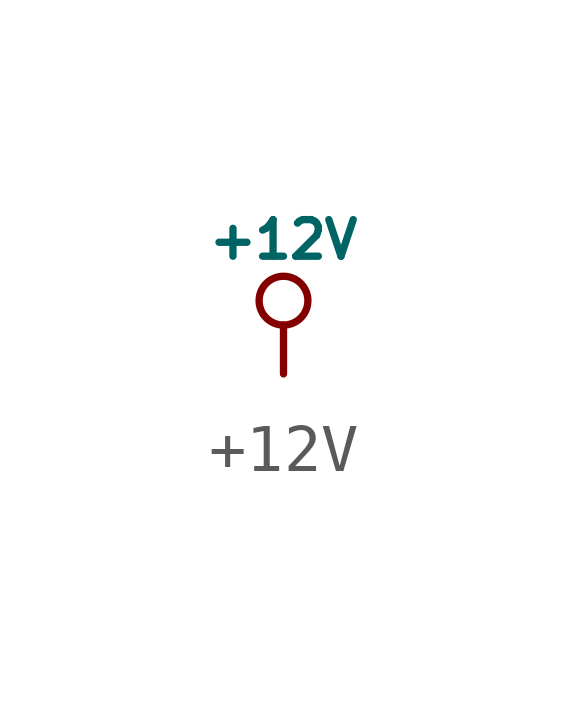
<source format=kicad_sym>
(kicad_symbol_lib
  (version 20241209)
  (generator "kicad_symbol_editor")
  (generator_version "9.0")
  (symbol "+12V"
    (power)
    (pin_names
      (offset 0))
    (property "Reference" "#PWR"
      (at 0 -1.016 0)
      (effects (font (size 0.762 0.762)) (hide yes)))
    (property "Value" "+12V"
      (at 0 2.794 0)
      (effects (font (size 0.762 0.762))))
    (property "Footprint" ""
      (at 0 0 0)
      (effects (font (size 1.524 1.524))))
    (property "Datasheet" ""
      (at 0 0 0)
      (effects (font (size 1.524 1.524))))
    (symbol "+12V_0_0"
      (pin power_in line (at 0 0 90) (length 0) (hide yes) (name "+12V" (effects (font (size 0.762 0.762)))) (number "1" (effects (font (size 0.762 0.762))))))
    (symbol "+12V_0_1"
      (circle (center 0 1.524) (radius 0.508) (stroke (width 0) (type default)) (fill (type none)))
      (polyline (pts (xy 0 0) (xy 0 1.016) (xy 0 1.016)) (stroke (width 0) (type default)) (fill (type none))))))
</source>
